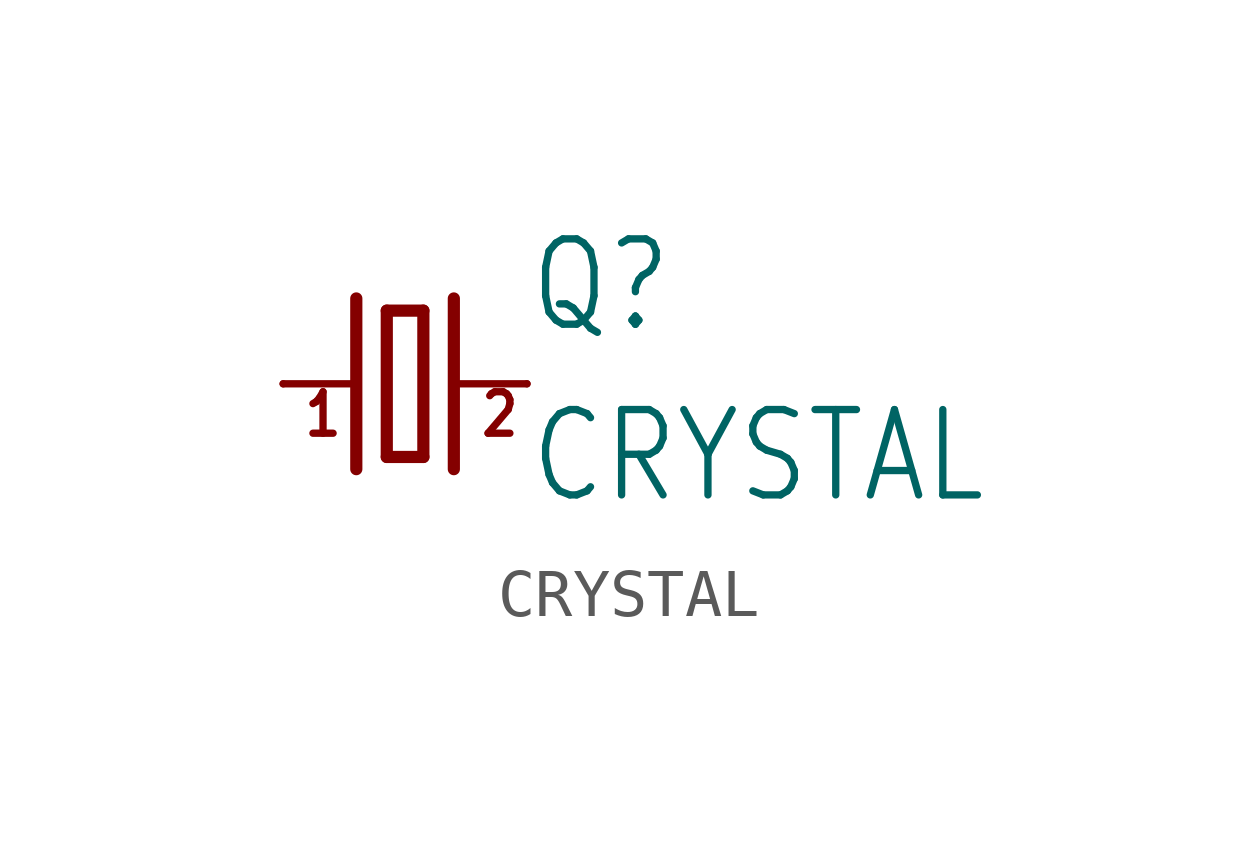
<source format=kicad_sym>
(kicad_symbol_lib
  (version 20211014)
  (generator kicad_symbol_editor)
  (symbol "CRYSTAL"
    (property "Reference" "Q"
      (at 2.54 1.016 0)
      (effects (font (size 1.778 1.511)) (justify left bottom)))
    (property "Value" "CRYSTAL"
      (at 2.54 -2.54 0)
      (effects (font (size 1.778 1.511)) (justify left bottom)))
    (property "ki_locked" ""
      (at 0 0 0)
      (effects (font (size 1.27 1.27))))
    (symbol "CRYSTAL_1_0"
      (polyline (pts (xy -2.54 0) (xy -1.016 0)) (stroke (width 0.152) (type default) (color 0 0 0 0)) (fill (type none)))
      (polyline (pts (xy -1.016 1.778) (xy -1.016 -1.778)) (stroke (width 0.254) (type default) (color 0 0 0 0)) (fill (type none)))
      (polyline (pts (xy -0.381 -1.524) (xy 0.381 -1.524)) (stroke (width 0.254) (type default) (color 0 0 0 0)) (fill (type none)))
      (polyline (pts (xy -0.381 1.524) (xy -0.381 -1.524)) (stroke (width 0.254) (type default) (color 0 0 0 0)) (fill (type none)))
      (polyline (pts (xy 0.381 -1.524) (xy 0.381 1.524)) (stroke (width 0.254) (type default) (color 0 0 0 0)) (fill (type none)))
      (polyline (pts (xy 0.381 1.524) (xy -0.381 1.524)) (stroke (width 0.254) (type default) (color 0 0 0 0)) (fill (type none)))
      (polyline (pts (xy 1.016 0) (xy 2.54 0)) (stroke (width 0.152) (type default) (color 0 0 0 0)) (fill (type none)))
      (polyline (pts (xy 1.016 1.778) (xy 1.016 -1.778)) (stroke (width 0.254) (type default) (color 0 0 0 0)) (fill (type none)))
      (text "1" (at -2.159 -1.143 0) (effects (font (size 0.864 0.734)) (justify left bottom)))
      (text "2" (at 1.524 -1.143 0) (effects (font (size 0.864 0.734)) (justify left bottom)))
      (pin passive line (at -2.54 0 0) (length 0) (name "1" (effects (font (size 0 0)))) (number "1" (effects (font (size 0 0)))))
      (pin passive line (at 2.54 0 180) (length 0) (name "2" (effects (font (size 0 0)))) (number "2" (effects (font (size 0 0))))))))
</source>
